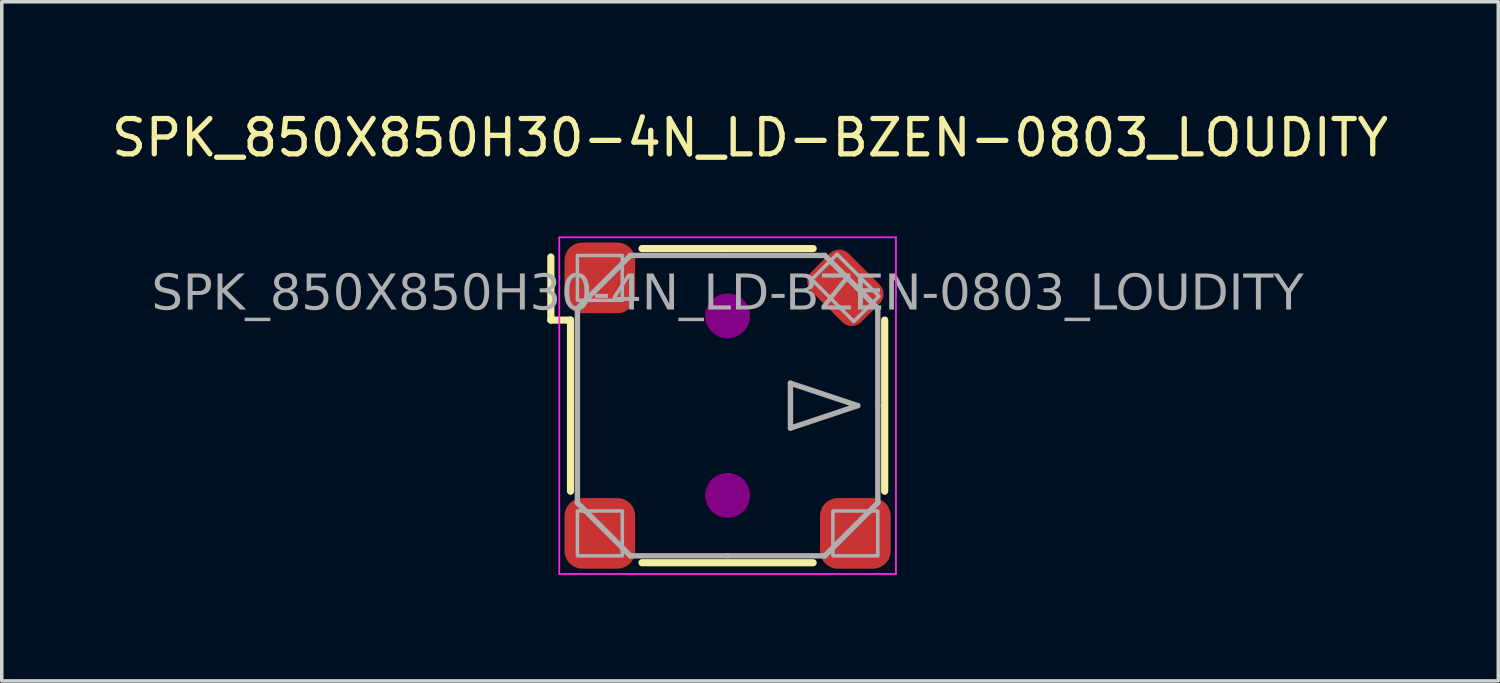
<source format=kicad_pcb>
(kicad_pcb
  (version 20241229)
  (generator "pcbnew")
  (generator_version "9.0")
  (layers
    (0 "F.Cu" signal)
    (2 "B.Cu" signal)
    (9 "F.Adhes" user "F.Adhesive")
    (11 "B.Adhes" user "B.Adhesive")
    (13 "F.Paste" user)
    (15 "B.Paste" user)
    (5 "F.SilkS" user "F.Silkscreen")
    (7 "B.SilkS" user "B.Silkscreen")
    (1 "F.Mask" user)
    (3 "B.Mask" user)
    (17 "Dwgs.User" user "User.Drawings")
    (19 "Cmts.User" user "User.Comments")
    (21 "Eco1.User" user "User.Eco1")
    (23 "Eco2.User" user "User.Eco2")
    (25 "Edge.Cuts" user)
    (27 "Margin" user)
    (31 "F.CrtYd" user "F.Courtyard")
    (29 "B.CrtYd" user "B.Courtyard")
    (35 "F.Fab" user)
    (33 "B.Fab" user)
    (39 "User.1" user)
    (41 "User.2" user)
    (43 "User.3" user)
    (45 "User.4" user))
  (footprint "SPK_850X850H30-4N_LD-BZEN-0803_LOUDITY"
    (layer "F.Cu")
    (at 17.538 8.428)
    (property "Reference" "SPK_850X850H30-4N_LD-BZEN-0803_LOUDITY" (at 0.635 -7.58 0) (layer "F.SilkS") (effects (font (size 1 1) (thickness 0.15))))
    (attr smd)
    (fp_line (start -5.001 -2.421) (end -5.001 -4.207) (stroke (width 0.203) (type solid)) (layer "F.SilkS"))
    (fp_line (start -4.445 -2.421) (end -5.001 -2.421) (stroke (width 0.203) (type solid)) (layer "F.SilkS"))
    (fp_line (start -4.445 2.421) (end -4.445 -2.421) (stroke (width 0.203) (type solid)) (layer "F.SilkS"))
    (fp_line (start 2.421 -4.445) (end -2.421 -4.445) (stroke (width 0.203) (type solid)) (layer "F.SilkS"))
    (fp_line (start 2.421 4.445) (end -2.421 4.445) (stroke (width 0.203) (type solid)) (layer "F.SilkS"))
    (fp_line (start 4.445 2.421) (end 4.445 -2.421) (stroke (width 0.203) (type solid)) (layer "F.SilkS"))
    (fp_circle (center 0 -2.54) (end 0.635 -2.54) (stroke (width 0) (type solid)) (fill yes) (layer "F.Adhes"))
    (fp_circle (center 0 2.54) (end 0.635 2.54) (stroke (width 0) (type solid)) (fill yes) (layer "F.Adhes"))
    (fp_line (start -4.763 -4.763) (end -4.763 4.763) (stroke (width 0.05) (type solid)) (layer "F.CrtYd"))
    (fp_line (start -4.763 -4.763) (end 4.763 -4.763) (stroke (width 0.05) (type solid)) (layer "F.CrtYd"))
    (fp_line (start -4.763 4.763) (end 4.763 4.763) (stroke (width 0.05) (type solid)) (layer "F.CrtYd"))
    (fp_line (start 4.763 -4.763) (end 4.763 4.763) (stroke (width 0.05) (type solid)) (layer "F.CrtYd"))
    (fp_line (start -4.25 -2.75) (end -4.25 0) (stroke (width 0.152) (type solid)) (layer "F.Fab"))
    (fp_line (start -4.25 0) (end -4.25 2.75) (stroke (width 0.152) (type solid)) (layer "F.Fab"))
    (fp_line (start -4.25 2.75) (end -2.75 4.25) (stroke (width 0.152) (type solid)) (layer "F.Fab"))
    (fp_line (start -2.75 -4.25) (end -4.25 -2.75) (stroke (width 0.152) (type solid)) (layer "F.Fab"))
    (fp_line (start -2.75 4.25) (end 0 4.25) (stroke (width 0.152) (type solid)) (layer "F.Fab"))
    (fp_line (start 0 -4.25) (end -2.75 -4.25) (stroke (width 0.152) (type solid)) (layer "F.Fab"))
    (fp_line (start 0 4.25) (end 2.75 4.25) (stroke (width 0.152) (type solid)) (layer "F.Fab"))
    (fp_line (start 1.778 -0.635) (end 1.778 0.635) (stroke (width 0.152) (type solid)) (layer "F.Fab"))
    (fp_line (start 1.778 0.635) (end 3.683 0) (stroke (width 0.152) (type solid)) (layer "F.Fab"))
    (fp_line (start 2.75 -4.25) (end 0 -4.25) (stroke (width 0.152) (type solid)) (layer "F.Fab"))
    (fp_line (start 2.75 4.25) (end 4.25 2.75) (stroke (width 0.152) (type solid)) (layer "F.Fab"))
    (fp_line (start 3.683 0) (end 1.778 -0.635) (stroke (width 0.152) (type solid)) (layer "F.Fab"))
    (fp_line (start 4.25 -2.75) (end 2.75 -4.25) (stroke (width 0.152) (type solid)) (layer "F.Fab"))
    (fp_line (start 4.25 0) (end 4.25 -2.75) (stroke (width 0.152) (type solid)) (layer "F.Fab"))
    (fp_line (start 4.25 2.75) (end 4.25 0) (stroke (width 0.152) (type solid)) (layer "F.Fab"))
    (fp_rect (start -4.25 -4.25) (end -2.98 -2.98) (stroke (width 0.1) (type solid)) (fill no) (layer "F.Fab"))
    (fp_rect (start -4.25 4.25) (end -2.98 2.98) (stroke (width 0.1) (type solid)) (fill no) (layer "F.Fab"))
    (fp_rect (start 4.25 4.25) (end 2.98 2.98) (stroke (width 0.1) (type solid)) (fill no) (layer "F.Fab"))
    (fp_poly (pts (xy 2.381 -3.572) (xy 3.572 -2.381) (xy 4.286 -3.096) (xy 3.096 -4.286)) (stroke (width 0.1) (type solid)) (fill no) (layer "F.Fab"))
    (fp_text user "${REFERENCE}" (at 0 -3.135 0) (layer "F.Fab") (effects (font (face "Tahoma") (size 1 1) (thickness 0.15))))
    (pad "1" smd roundrect (at -3.615 -3.615) (size 2 2) (layers "F.Cu" "F.Mask" "F.Paste") (roundrect_rratio 0.25))
    (pad "2" smd roundrect (at -3.615 3.615 90) (size 2 2) (layers "F.Cu" "F.Mask" "F.Paste") (roundrect_rratio 0.25))
    (pad "3" smd roundrect (at 3.615 3.615 180) (size 2 2) (layers "F.Cu" "F.Mask" "F.Paste") (roundrect_rratio 0.25))
    (pad "4" smd roundrect (at 3.334 -3.334 315) (size 2 1.5) (layers "F.Cu" "F.Mask" "F.Paste") (roundrect_rratio 0.25)))
  (gr_rect
    (start -3 -3)
    (end 39.345 16.216)
    (stroke (width 0.1) (type default))
    (fill no)
    (layer "Edge.Cuts")))
</source>
